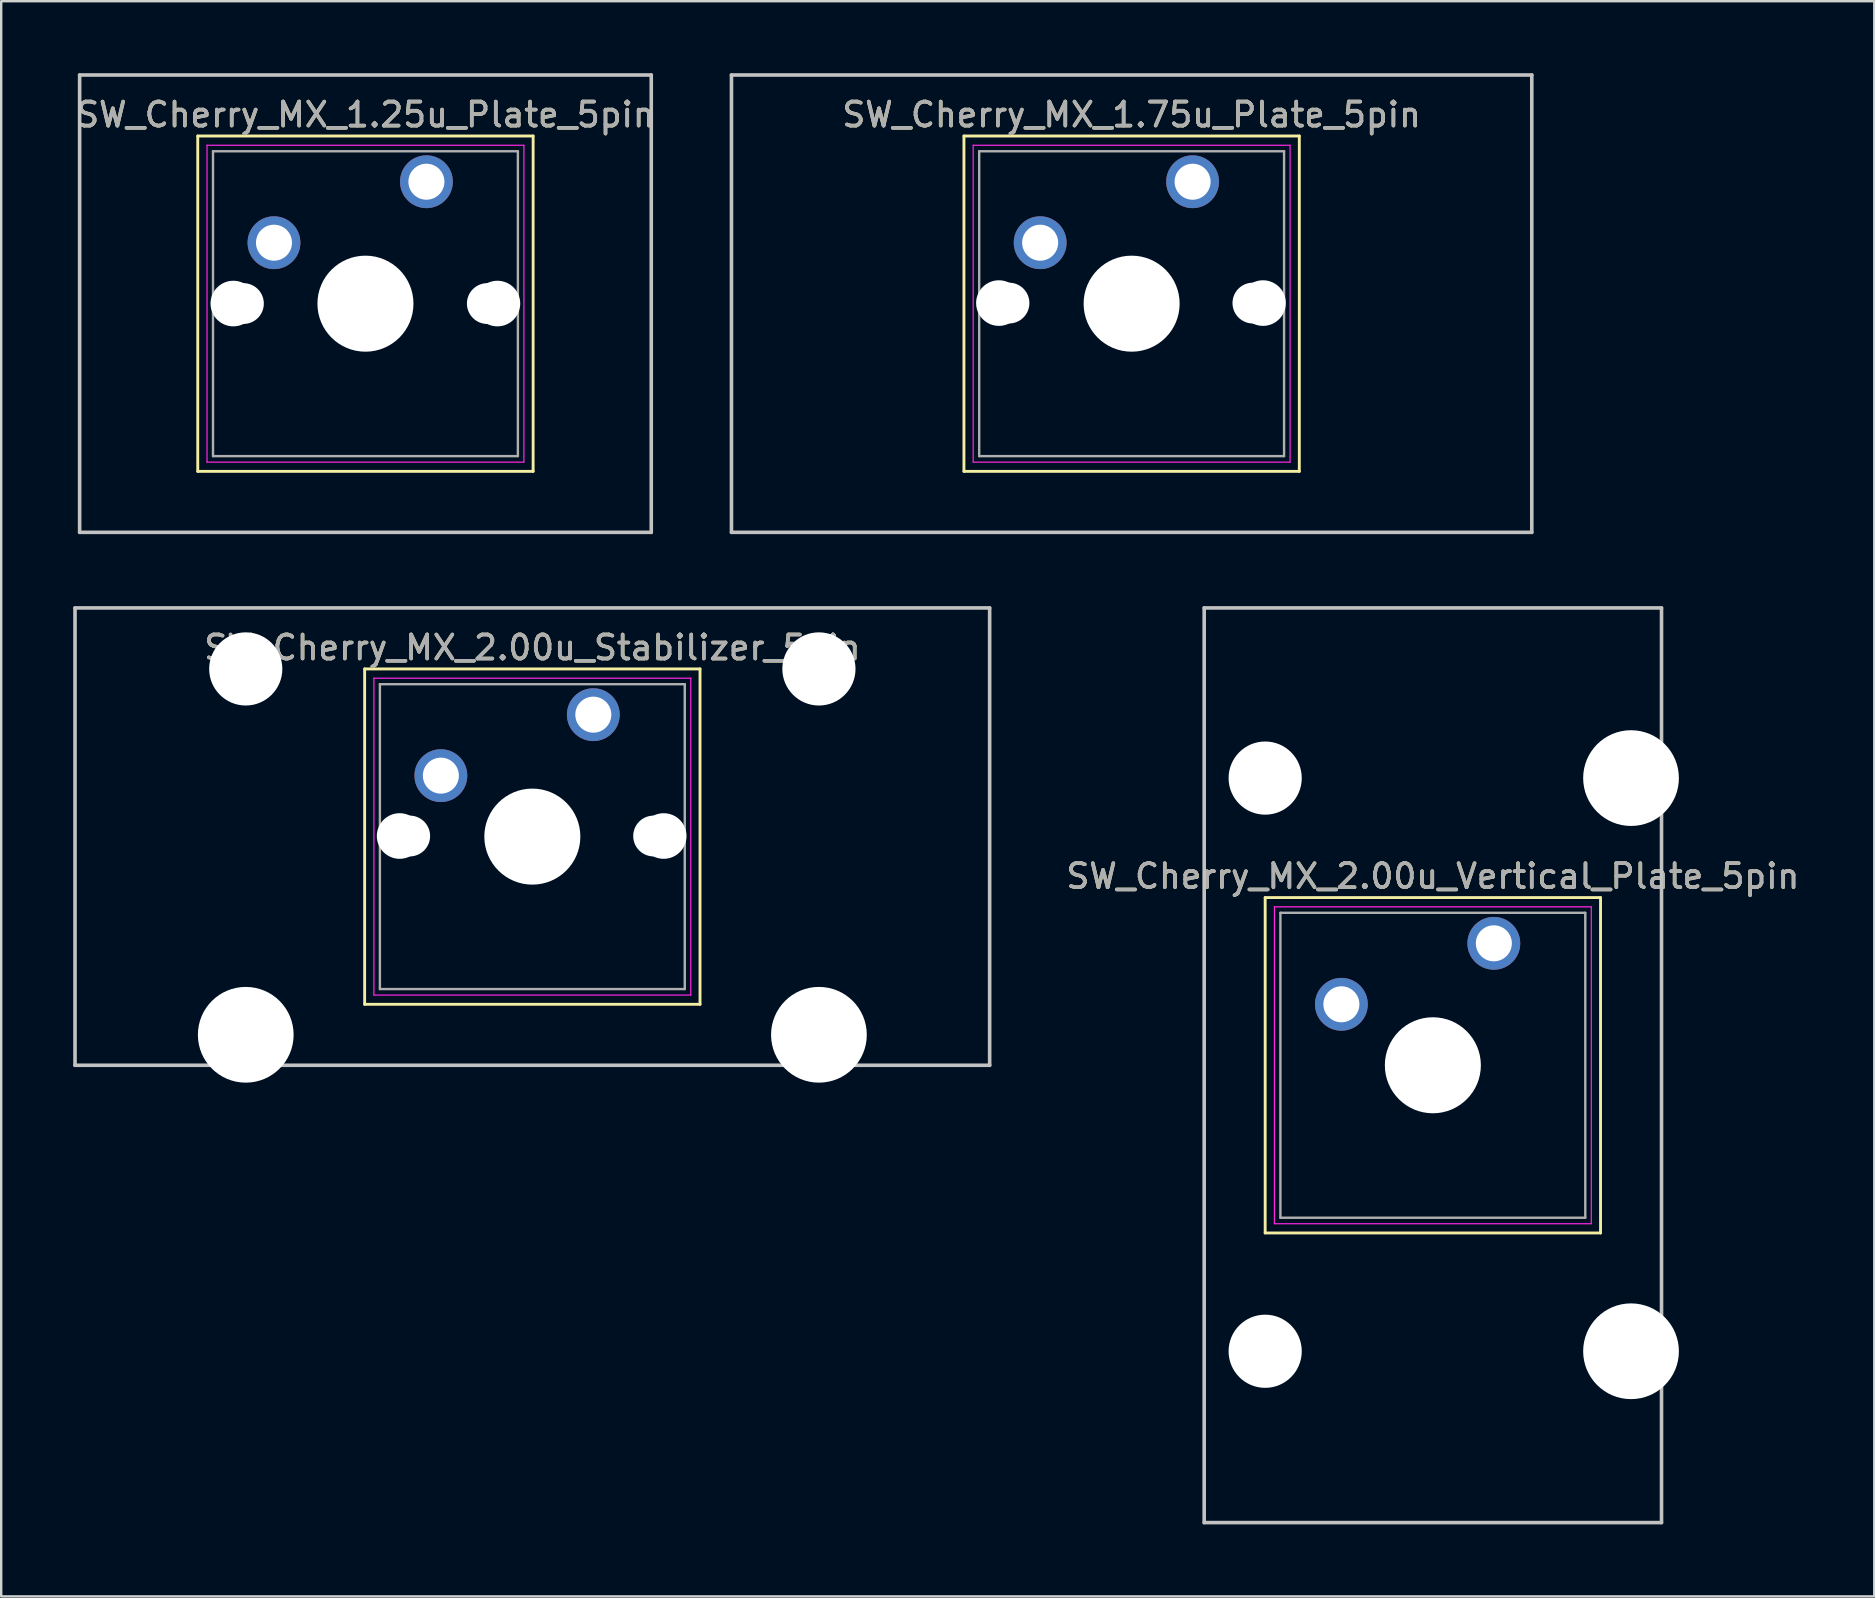
<source format=kicad_pcb>
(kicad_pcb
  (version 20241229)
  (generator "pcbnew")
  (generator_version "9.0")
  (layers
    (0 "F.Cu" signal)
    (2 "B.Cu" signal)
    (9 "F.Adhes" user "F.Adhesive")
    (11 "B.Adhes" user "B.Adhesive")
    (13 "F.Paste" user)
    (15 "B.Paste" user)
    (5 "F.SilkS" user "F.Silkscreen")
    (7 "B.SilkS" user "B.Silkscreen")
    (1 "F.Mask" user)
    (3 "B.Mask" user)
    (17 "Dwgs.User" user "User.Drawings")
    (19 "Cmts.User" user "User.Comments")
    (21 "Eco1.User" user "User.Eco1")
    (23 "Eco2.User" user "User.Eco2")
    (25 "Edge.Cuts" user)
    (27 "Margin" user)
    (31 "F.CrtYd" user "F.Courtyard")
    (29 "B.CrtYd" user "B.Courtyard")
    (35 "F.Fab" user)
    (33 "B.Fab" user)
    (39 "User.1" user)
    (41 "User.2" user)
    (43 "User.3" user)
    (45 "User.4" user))
  (footprint "SW_Cherry_MX_1.25u_Plate_5pin"
    (layer "F.Cu")
    (at 14.713 4.52)
    (property "Reference" "SW_Cherry_MX_1.25u_Plate_5pin" (at -2.54 -2.794 0) (layer "F.SilkS") (effects (font (size 1 1) (thickness 0.15))))
    (attr through_hole)
    (fp_line (start -9.525 -1.905) (end 4.445 -1.905) (stroke (width 0.12) (type solid)) (layer "F.SilkS"))
    (fp_line (start -9.525 12.065) (end -9.525 -1.905) (stroke (width 0.12) (type solid)) (layer "F.SilkS"))
    (fp_line (start 4.445 -1.905) (end 4.445 12.065) (stroke (width 0.12) (type solid)) (layer "F.SilkS"))
    (fp_line (start 4.445 12.065) (end -9.525 12.065) (stroke (width 0.12) (type solid)) (layer "F.SilkS"))
    (fp_line (start -14.446 -4.445) (end 9.366 -4.445) (stroke (width 0.15) (type solid)) (layer "Dwgs.User"))
    (fp_line (start -14.446 14.605) (end -14.446 -4.445) (stroke (width 0.15) (type solid)) (layer "Dwgs.User"))
    (fp_line (start 9.366 -4.445) (end 9.366 14.605) (stroke (width 0.15) (type solid)) (layer "Dwgs.User"))
    (fp_line (start 9.366 14.605) (end -14.446 14.605) (stroke (width 0.15) (type solid)) (layer "Dwgs.User"))
    (fp_line (start -9.14 -1.52) (end 4.06 -1.52) (stroke (width 0.05) (type solid)) (layer "F.CrtYd"))
    (fp_line (start -9.14 11.68) (end -9.14 -1.52) (stroke (width 0.05) (type solid)) (layer "F.CrtYd"))
    (fp_line (start 4.06 -1.52) (end 4.06 11.68) (stroke (width 0.05) (type solid)) (layer "F.CrtYd"))
    (fp_line (start 4.06 11.68) (end -9.14 11.68) (stroke (width 0.05) (type solid)) (layer "F.CrtYd"))
    (fp_line (start -8.89 -1.27) (end 3.81 -1.27) (stroke (width 0.1) (type solid)) (layer "F.Fab"))
    (fp_line (start -8.89 11.43) (end -8.89 -1.27) (stroke (width 0.1) (type solid)) (layer "F.Fab"))
    (fp_line (start 3.81 -1.27) (end 3.81 11.43) (stroke (width 0.1) (type solid)) (layer "F.Fab"))
    (fp_line (start 3.81 11.43) (end -8.89 11.43) (stroke (width 0.1) (type solid)) (layer "F.Fab"))
    (fp_text user "${REFERENCE}" (at -2.54 -2.794 0) (layer "F.Fab") (effects (font (size 1 1) (thickness 0.15))))
    (pad "" np_thru_hole circle (at -8.043 5.075 90) (size 1.9 1.9) (drill 1.9) (layers "*.Cu" "*.Mask"))
    (pad "" np_thru_hole circle (at -7.623 5.075) (size 1.7 1.7) (drill 1.7) (layers "*.Cu" "*.Mask"))
    (pad "" np_thru_hole circle (at -2.54 5.08) (size 4 4) (drill 4) (layers "*.Cu" "*.Mask"))
    (pad "" np_thru_hole circle (at 2.537 5.075) (size 1.7 1.7) (drill 1.7) (layers "*.Cu" "*.Mask"))
    (pad "" np_thru_hole circle (at 2.957 5.075 90) (size 1.9 1.9) (drill 1.9) (layers "*.Cu" "*.Mask"))
    (pad "1" thru_hole circle (at 0 0) (size 2.2 2.2) (drill 1.5) (layers "*.Cu" "*.Mask"))
    (pad "2" thru_hole circle (at -6.35 2.54) (size 2.2 2.2) (drill 1.5) (layers "*.Cu" "*.Mask")))
  (footprint "SW_Cherry_MX_2.00u_Vertical_Plate_5pin"
    (layer "F.Cu")
    (at 59.177 36.245)
    (property "Reference" "SW_Cherry_MX_2.00u_Vertical_Plate_5pin" (at -2.54 -2.794 0) (layer "F.SilkS") (effects (font (size 1 1) (thickness 0.15))))
    (attr through_hole)
    (fp_line (start -9.525 -1.905) (end 4.445 -1.905) (stroke (width 0.12) (type solid)) (layer "F.SilkS"))
    (fp_line (start -9.525 12.065) (end -9.525 -1.905) (stroke (width 0.12) (type solid)) (layer "F.SilkS"))
    (fp_line (start 4.445 -1.905) (end 4.445 12.065) (stroke (width 0.12) (type solid)) (layer "F.SilkS"))
    (fp_line (start 4.445 12.065) (end -9.525 12.065) (stroke (width 0.12) (type solid)) (layer "F.SilkS"))
    (fp_line (start -12.065 -13.97) (end 6.985 -13.97) (stroke (width 0.15) (type solid)) (layer "Dwgs.User"))
    (fp_line (start -12.065 24.13) (end -12.065 -13.97) (stroke (width 0.15) (type solid)) (layer "Dwgs.User"))
    (fp_line (start 6.985 -13.97) (end 6.985 24.13) (stroke (width 0.15) (type solid)) (layer "Dwgs.User"))
    (fp_line (start 6.985 24.13) (end -12.065 24.13) (stroke (width 0.15) (type solid)) (layer "Dwgs.User"))
    (fp_line (start -9.14 -1.52) (end 4.06 -1.52) (stroke (width 0.05) (type solid)) (layer "F.CrtYd"))
    (fp_line (start -9.14 11.68) (end -9.14 -1.52) (stroke (width 0.05) (type solid)) (layer "F.CrtYd"))
    (fp_line (start 4.06 -1.52) (end 4.06 11.68) (stroke (width 0.05) (type solid)) (layer "F.CrtYd"))
    (fp_line (start 4.06 11.68) (end -9.14 11.68) (stroke (width 0.05) (type solid)) (layer "F.CrtYd"))
    (fp_line (start -8.89 -1.27) (end 3.81 -1.27) (stroke (width 0.1) (type solid)) (layer "F.Fab"))
    (fp_line (start -8.89 11.43) (end -8.89 -1.27) (stroke (width 0.1) (type solid)) (layer "F.Fab"))
    (fp_line (start 3.81 -1.27) (end 3.81 11.43) (stroke (width 0.1) (type solid)) (layer "F.Fab"))
    (fp_line (start 3.81 11.43) (end -8.89 11.43) (stroke (width 0.1) (type solid)) (layer "F.Fab"))
    (fp_text user "${REFERENCE}" (at -2.54 -2.794 0) (layer "F.Fab") (effects (font (size 1 1) (thickness 0.15))))
    (pad "" np_thru_hole circle (at -9.525 -6.883 90) (size 3.048 3.048) (drill 3.048) (layers "*.Cu" "*.Mask"))
    (pad "" np_thru_hole circle (at -9.525 16.993 90) (size 3.048 3.048) (drill 3.048) (layers "*.Cu" "*.Mask"))
    (pad "" np_thru_hole circle (at -2.54 5.08) (size 4 4) (drill 4) (layers "*.Cu" "*.Mask"))
    (pad "" np_thru_hole circle (at 5.715 -6.883 90) (size 3.988 3.988) (drill 3.988) (layers "*.Cu" "*.Mask"))
    (pad "" np_thru_hole circle (at 5.715 16.993 90) (size 3.988 3.988) (drill 3.988) (layers "*.Cu" "*.Mask"))
    (pad "1" thru_hole circle (at 0 0) (size 2.2 2.2) (drill 1.5) (layers "*.Cu" "*.Mask"))
    (pad "2" thru_hole circle (at -6.35 2.54) (size 2.2 2.2) (drill 1.5) (layers "*.Cu" "*.Mask")))
  (footprint "SW_Cherry_MX_1.75u_Plate_5pin"
    (layer "F.Cu")
    (at 46.629 4.52)
    (property "Reference" "SW_Cherry_MX_1.75u_Plate_5pin" (at -2.54 -2.794 0) (layer "F.SilkS") (effects (font (size 1 1) (thickness 0.15))))
    (attr through_hole)
    (fp_line (start -9.525 -1.905) (end 4.445 -1.905) (stroke (width 0.12) (type solid)) (layer "F.SilkS"))
    (fp_line (start -9.525 12.065) (end -9.525 -1.905) (stroke (width 0.12) (type solid)) (layer "F.SilkS"))
    (fp_line (start 4.445 -1.905) (end 4.445 12.065) (stroke (width 0.12) (type solid)) (layer "F.SilkS"))
    (fp_line (start 4.445 12.065) (end -9.525 12.065) (stroke (width 0.12) (type solid)) (layer "F.SilkS"))
    (fp_line (start -19.209 -4.445) (end 14.129 -4.445) (stroke (width 0.15) (type solid)) (layer "Dwgs.User"))
    (fp_line (start -19.209 14.605) (end -19.209 -4.445) (stroke (width 0.15) (type solid)) (layer "Dwgs.User"))
    (fp_line (start 14.129 -4.445) (end 14.129 14.605) (stroke (width 0.15) (type solid)) (layer "Dwgs.User"))
    (fp_line (start 14.129 14.605) (end -19.209 14.605) (stroke (width 0.15) (type solid)) (layer "Dwgs.User"))
    (fp_line (start -9.14 -1.52) (end 4.06 -1.52) (stroke (width 0.05) (type solid)) (layer "F.CrtYd"))
    (fp_line (start -9.14 11.68) (end -9.14 -1.52) (stroke (width 0.05) (type solid)) (layer "F.CrtYd"))
    (fp_line (start 4.06 -1.52) (end 4.06 11.68) (stroke (width 0.05) (type solid)) (layer "F.CrtYd"))
    (fp_line (start 4.06 11.68) (end -9.14 11.68) (stroke (width 0.05) (type solid)) (layer "F.CrtYd"))
    (fp_line (start -8.89 -1.27) (end 3.81 -1.27) (stroke (width 0.1) (type solid)) (layer "F.Fab"))
    (fp_line (start -8.89 11.43) (end -8.89 -1.27) (stroke (width 0.1) (type solid)) (layer "F.Fab"))
    (fp_line (start 3.81 -1.27) (end 3.81 11.43) (stroke (width 0.1) (type solid)) (layer "F.Fab"))
    (fp_line (start 3.81 11.43) (end -8.89 11.43) (stroke (width 0.1) (type solid)) (layer "F.Fab"))
    (fp_text user "${REFERENCE}" (at -2.54 -2.794 0) (layer "F.Fab") (effects (font (size 1 1) (thickness 0.15))))
    (pad "" np_thru_hole circle (at -8.068 5.055 90) (size 1.9 1.9) (drill 1.9) (layers "*.Cu" "*.Mask"))
    (pad "" np_thru_hole circle (at -7.648 5.055) (size 1.7 1.7) (drill 1.7) (layers "*.Cu" "*.Mask"))
    (pad "" np_thru_hole circle (at -2.54 5.08) (size 4 4) (drill 4) (layers "*.Cu" "*.Mask"))
    (pad "" np_thru_hole circle (at 2.512 5.055) (size 1.7 1.7) (drill 1.7) (layers "*.Cu" "*.Mask"))
    (pad "" np_thru_hole circle (at 2.932 5.055 90) (size 1.9 1.9) (drill 1.9) (layers "*.Cu" "*.Mask"))
    (pad "1" thru_hole circle (at 0 0) (size 2.2 2.2) (drill 1.5) (layers "*.Cu" "*.Mask"))
    (pad "2" thru_hole circle (at -6.35 2.54) (size 2.2 2.2) (drill 1.5) (layers "*.Cu" "*.Mask")))
  (footprint "SW_Cherry_MX_2.00u_Stabilizer_5pin"
    (layer "F.Cu")
    (at 21.665 26.72)
    (property "Reference" "SW_Cherry_MX_2.00u_Stabilizer_5pin" (at -2.54 -2.794 0) (layer "F.SilkS") (effects (font (size 1 1) (thickness 0.15))))
    (attr through_hole)
    (fp_line (start -9.525 -1.905) (end 4.445 -1.905) (stroke (width 0.12) (type solid)) (layer "F.SilkS"))
    (fp_line (start -9.525 12.065) (end -9.525 -1.905) (stroke (width 0.12) (type solid)) (layer "F.SilkS"))
    (fp_line (start 4.445 -1.905) (end 4.445 12.065) (stroke (width 0.12) (type solid)) (layer "F.SilkS"))
    (fp_line (start 4.445 12.065) (end -9.525 12.065) (stroke (width 0.12) (type solid)) (layer "F.SilkS"))
    (fp_line (start -21.59 -4.445) (end 16.51 -4.445) (stroke (width 0.15) (type solid)) (layer "Dwgs.User"))
    (fp_line (start -21.59 14.605) (end -21.59 -4.445) (stroke (width 0.15) (type solid)) (layer "Dwgs.User"))
    (fp_line (start 16.51 -4.445) (end 16.51 14.605) (stroke (width 0.15) (type solid)) (layer "Dwgs.User"))
    (fp_line (start 16.51 14.605) (end -21.59 14.605) (stroke (width 0.15) (type solid)) (layer "Dwgs.User"))
    (fp_line (start -9.14 -1.52) (end 4.06 -1.52) (stroke (width 0.05) (type solid)) (layer "F.CrtYd"))
    (fp_line (start -9.14 11.68) (end -9.14 -1.52) (stroke (width 0.05) (type solid)) (layer "F.CrtYd"))
    (fp_line (start 4.06 -1.52) (end 4.06 11.68) (stroke (width 0.05) (type solid)) (layer "F.CrtYd"))
    (fp_line (start 4.06 11.68) (end -9.14 11.68) (stroke (width 0.05) (type solid)) (layer "F.CrtYd"))
    (fp_line (start -8.89 -1.27) (end 3.81 -1.27) (stroke (width 0.1) (type solid)) (layer "F.Fab"))
    (fp_line (start -8.89 11.43) (end -8.89 -1.27) (stroke (width 0.1) (type solid)) (layer "F.Fab"))
    (fp_line (start 3.81 -1.27) (end 3.81 11.43) (stroke (width 0.1) (type solid)) (layer "F.Fab"))
    (fp_line (start 3.81 11.43) (end -8.89 11.43) (stroke (width 0.1) (type solid)) (layer "F.Fab"))
    (fp_text user "${REFERENCE}" (at -2.54 -2.794 0) (layer "F.Fab") (effects (font (size 1 1) (thickness 0.15))))
    (pad "" np_thru_hole circle (at -14.478 -1.905) (size 3.048 3.048) (drill 3.048) (layers "*.Cu" "*.Mask"))
    (pad "" np_thru_hole circle (at -14.478 13.335) (size 3.988 3.988) (drill 3.988) (layers "*.Cu" "*.Mask"))
    (pad "" np_thru_hole circle (at -8.068 5.055 90) (size 1.9 1.9) (drill 1.9) (layers "*.Cu" "*.Mask"))
    (pad "" np_thru_hole circle (at -7.648 5.055) (size 1.7 1.7) (drill 1.7) (layers "*.Cu" "*.Mask"))
    (pad "" np_thru_hole circle (at -2.54 5.08) (size 4 4) (drill 4) (layers "*.Cu" "*.Mask"))
    (pad "" np_thru_hole circle (at 2.512 5.055) (size 1.7 1.7) (drill 1.7) (layers "*.Cu" "*.Mask"))
    (pad "" np_thru_hole circle (at 2.932 5.055 90) (size 1.9 1.9) (drill 1.9) (layers "*.Cu" "*.Mask"))
    (pad "" np_thru_hole circle (at 9.398 -1.905) (size 3.048 3.048) (drill 3.048) (layers "*.Cu" "*.Mask"))
    (pad "" np_thru_hole circle (at 9.398 13.335) (size 3.988 3.988) (drill 3.988) (layers "*.Cu" "*.Mask"))
    (pad "1" thru_hole circle (at 0 0) (size 2.2 2.2) (drill 1.5) (layers "*.Cu" "*.Mask"))
    (pad "2" thru_hole circle (at -6.35 2.54) (size 2.2 2.2) (drill 1.5) (layers "*.Cu" "*.Mask")))
  (gr_rect
    (start -3 -3)
    (end 75.024 63.45)
    (stroke (width 0.1) (type default))
    (fill no)
    (layer "Edge.Cuts")))
</source>
